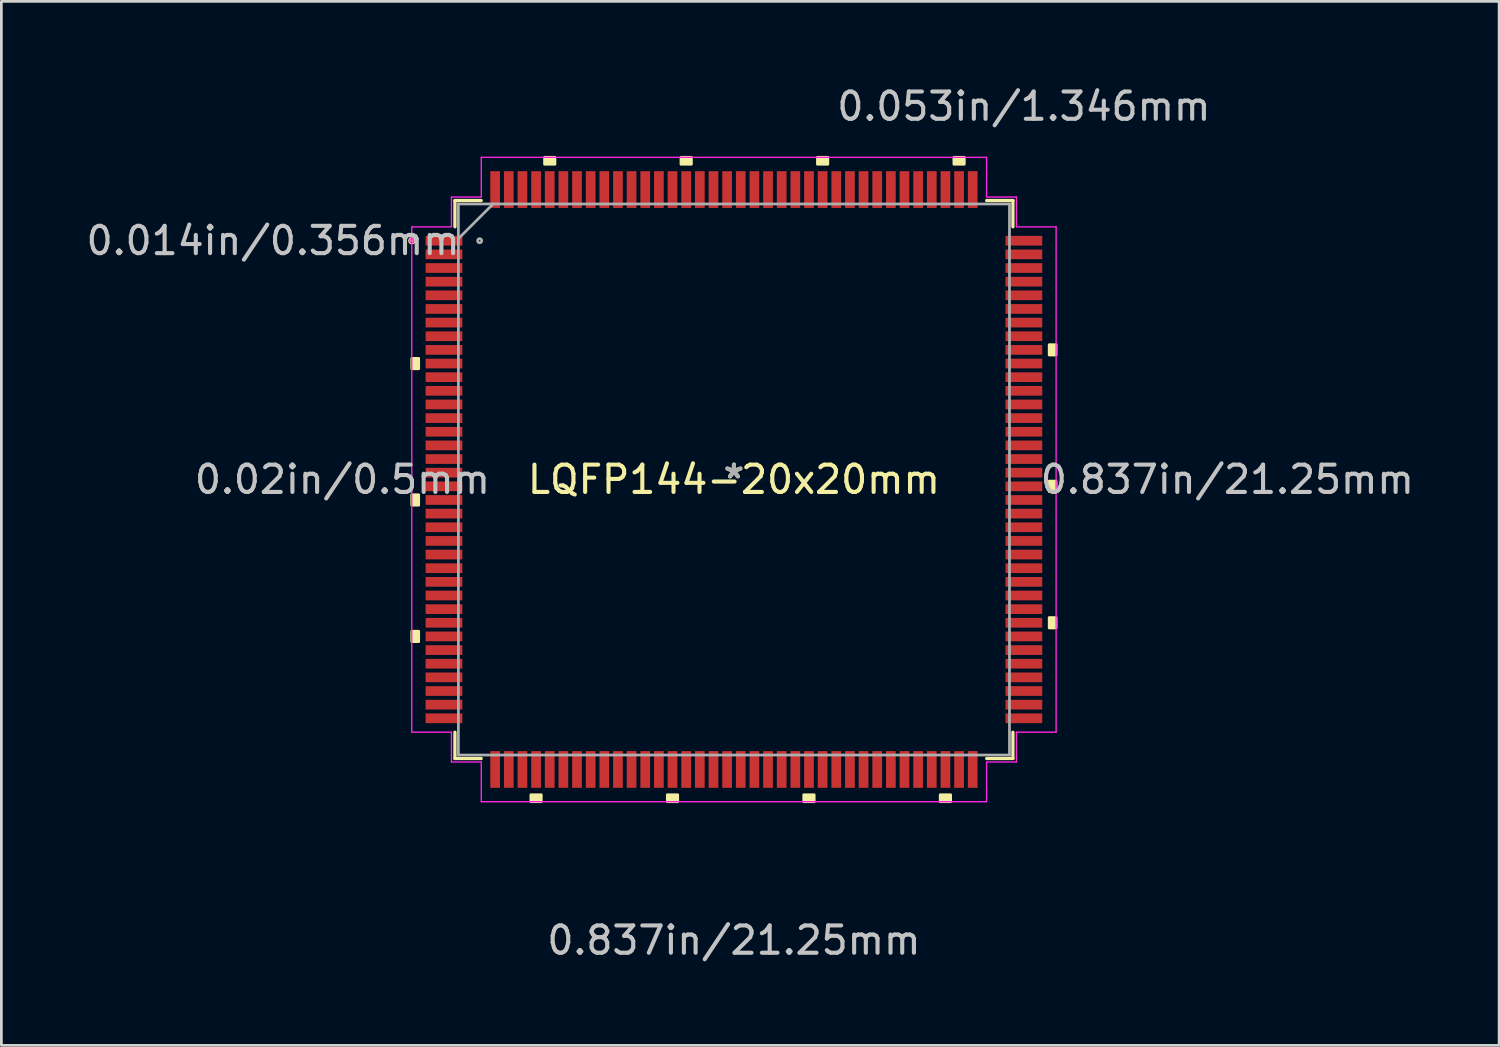
<source format=kicad_pcb>
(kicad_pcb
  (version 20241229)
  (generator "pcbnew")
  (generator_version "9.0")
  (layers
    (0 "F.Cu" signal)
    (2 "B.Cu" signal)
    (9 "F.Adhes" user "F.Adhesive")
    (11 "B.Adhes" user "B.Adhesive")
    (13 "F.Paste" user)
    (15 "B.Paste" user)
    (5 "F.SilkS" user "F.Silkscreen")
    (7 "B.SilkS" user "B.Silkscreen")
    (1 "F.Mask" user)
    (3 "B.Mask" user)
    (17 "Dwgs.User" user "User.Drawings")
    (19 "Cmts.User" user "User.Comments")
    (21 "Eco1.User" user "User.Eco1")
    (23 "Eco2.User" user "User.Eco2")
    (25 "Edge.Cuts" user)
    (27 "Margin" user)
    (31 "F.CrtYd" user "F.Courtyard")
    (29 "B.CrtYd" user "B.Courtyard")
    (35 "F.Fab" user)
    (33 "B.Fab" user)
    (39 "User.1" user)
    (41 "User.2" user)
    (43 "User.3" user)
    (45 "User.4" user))
  (footprint "LQFP144-20x20mm"
    (layer "F.Cu")
    (at 23.844 14.521)
    (property "Reference" "LQFP144-20x20mm" (at 0 0 0) (layer "F.SilkS") (effects (font (size 1 1) (thickness 0.15))))
    (attr through_hole)
    (fp_line (start -10.223 -10.223) (end -10.223 -9.261) (stroke (width 0.12) (type solid)) (layer "F.SilkS"))
    (fp_line (start -10.223 9.261) (end -10.223 10.223) (stroke (width 0.12) (type solid)) (layer "F.SilkS"))
    (fp_line (start -10.223 10.223) (end -9.261 10.223) (stroke (width 0.12) (type solid)) (layer "F.SilkS"))
    (fp_line (start -9.261 -10.223) (end -10.223 -10.223) (stroke (width 0.12) (type solid)) (layer "F.SilkS"))
    (fp_line (start 9.261 10.223) (end 10.223 10.223) (stroke (width 0.12) (type solid)) (layer "F.SilkS"))
    (fp_line (start 10.223 -10.223) (end 9.261 -10.223) (stroke (width 0.12) (type solid)) (layer "F.SilkS"))
    (fp_line (start 10.223 -9.261) (end 10.223 -10.223) (stroke (width 0.12) (type solid)) (layer "F.SilkS"))
    (fp_line (start 10.223 10.223) (end 10.223 9.261) (stroke (width 0.12) (type solid)) (layer "F.SilkS"))
    (fp_circle (center -11.802 -8.75) (end -11.726 -8.75) (stroke (width 0.12) (type solid)) (fill no) (layer "F.SilkS"))
    (fp_poly (pts (xy -11.806 -4.44) (xy -11.806 -4.059) (xy -11.552 -4.059) (xy -11.552 -4.44)) (stroke (width 0.1) (type solid)) (fill yes) (layer "F.SilkS"))
    (fp_poly (pts (xy -11.806 0.56) (xy -11.806 0.941) (xy -11.552 0.941) (xy -11.552 0.56)) (stroke (width 0.1) (type solid)) (fill yes) (layer "F.SilkS"))
    (fp_poly (pts (xy -11.806 5.56) (xy -11.806 5.941) (xy -11.552 5.941) (xy -11.552 5.56)) (stroke (width 0.1) (type solid)) (fill yes) (layer "F.SilkS"))
    (fp_poly (pts (xy -7.441 11.552) (xy -7.441 11.806) (xy -7.06 11.806) (xy -7.06 11.552)) (stroke (width 0.1) (type solid)) (fill yes) (layer "F.SilkS"))
    (fp_poly (pts (xy -6.94 -11.552) (xy -6.94 -11.806) (xy -6.559 -11.806) (xy -6.559 -11.552)) (stroke (width 0.1) (type solid)) (fill yes) (layer "F.SilkS"))
    (fp_poly (pts (xy -2.441 11.552) (xy -2.441 11.806) (xy -2.06 11.806) (xy -2.06 11.552)) (stroke (width 0.1) (type solid)) (fill yes) (layer "F.SilkS"))
    (fp_poly (pts (xy -1.94 -11.552) (xy -1.94 -11.806) (xy -1.559 -11.806) (xy -1.559 -11.552)) (stroke (width 0.1) (type solid)) (fill yes) (layer "F.SilkS"))
    (fp_poly (pts (xy 2.559 11.552) (xy 2.559 11.806) (xy 2.941 11.806) (xy 2.941 11.552)) (stroke (width 0.1) (type solid)) (fill yes) (layer "F.SilkS"))
    (fp_poly (pts (xy 3.06 -11.552) (xy 3.06 -11.806) (xy 3.441 -11.806) (xy 3.441 -11.552)) (stroke (width 0.1) (type solid)) (fill yes) (layer "F.SilkS"))
    (fp_poly (pts (xy 7.559 11.552) (xy 7.559 11.806) (xy 7.941 11.806) (xy 7.941 11.552)) (stroke (width 0.1) (type solid)) (fill yes) (layer "F.SilkS"))
    (fp_poly (pts (xy 8.06 -11.552) (xy 8.06 -11.806) (xy 8.441 -11.806) (xy 8.441 -11.552)) (stroke (width 0.1) (type solid)) (fill yes) (layer "F.SilkS"))
    (fp_poly (pts (xy 11.806 -4.941) (xy 11.806 -4.56) (xy 11.552 -4.56) (xy 11.552 -4.941)) (stroke (width 0.1) (type solid)) (fill yes) (layer "F.SilkS"))
    (fp_poly (pts (xy 11.806 0.059) (xy 11.806 0.441) (xy 11.552 0.441) (xy 11.552 0.059)) (stroke (width 0.1) (type solid)) (fill yes) (layer "F.SilkS"))
    (fp_poly (pts (xy 11.806 5.059) (xy 11.806 5.441) (xy 11.552 5.441) (xy 11.552 5.059)) (stroke (width 0.1) (type solid)) (fill yes) (layer "F.SilkS"))
    (fp_line (start -11.806 -9.258) (end -10.351 -9.258) (stroke (width 0.05) (type solid)) (layer "F.CrtYd"))
    (fp_line (start -11.806 9.258) (end -11.806 -9.258) (stroke (width 0.05) (type solid)) (layer "F.CrtYd"))
    (fp_line (start -10.351 -10.351) (end -9.258 -10.351) (stroke (width 0.05) (type solid)) (layer "F.CrtYd"))
    (fp_line (start -10.351 -9.258) (end -10.351 -10.351) (stroke (width 0.05) (type solid)) (layer "F.CrtYd"))
    (fp_line (start -10.351 9.258) (end -11.806 9.258) (stroke (width 0.05) (type solid)) (layer "F.CrtYd"))
    (fp_line (start -10.351 10.351) (end -10.351 9.258) (stroke (width 0.05) (type solid)) (layer "F.CrtYd"))
    (fp_line (start -9.258 -11.806) (end 9.258 -11.806) (stroke (width 0.05) (type solid)) (layer "F.CrtYd"))
    (fp_line (start -9.258 -10.351) (end -9.258 -11.806) (stroke (width 0.05) (type solid)) (layer "F.CrtYd"))
    (fp_line (start -9.258 10.351) (end -10.351 10.351) (stroke (width 0.05) (type solid)) (layer "F.CrtYd"))
    (fp_line (start -9.258 11.806) (end -9.258 10.351) (stroke (width 0.05) (type solid)) (layer "F.CrtYd"))
    (fp_line (start 9.258 -11.806) (end 9.258 -10.351) (stroke (width 0.05) (type solid)) (layer "F.CrtYd"))
    (fp_line (start 9.258 -10.351) (end 10.351 -10.351) (stroke (width 0.05) (type solid)) (layer "F.CrtYd"))
    (fp_line (start 9.258 10.351) (end 9.258 11.806) (stroke (width 0.05) (type solid)) (layer "F.CrtYd"))
    (fp_line (start 9.258 11.806) (end -9.258 11.806) (stroke (width 0.05) (type solid)) (layer "F.CrtYd"))
    (fp_line (start 10.351 -10.351) (end 10.351 -9.258) (stroke (width 0.05) (type solid)) (layer "F.CrtYd"))
    (fp_line (start 10.351 -9.258) (end 11.806 -9.258) (stroke (width 0.05) (type solid)) (layer "F.CrtYd"))
    (fp_line (start 10.351 9.258) (end 10.351 10.351) (stroke (width 0.05) (type solid)) (layer "F.CrtYd"))
    (fp_line (start 10.351 10.351) (end 9.258 10.351) (stroke (width 0.05) (type solid)) (layer "F.CrtYd"))
    (fp_line (start 11.806 -9.258) (end 11.806 9.258) (stroke (width 0.05) (type solid)) (layer "F.CrtYd"))
    (fp_line (start 11.806 9.258) (end 10.351 9.258) (stroke (width 0.05) (type solid)) (layer "F.CrtYd"))
    (fp_circle (center -11.802 -8.75) (end -11.726 -8.75) (stroke (width 0.05) (type solid)) (fill no) (layer "F.CrtYd"))
    (fp_line (start -10.097 -10.097) (end -10.097 10.097) (stroke (width 0.1) (type solid)) (layer "F.Fab"))
    (fp_line (start -10.097 -8.826) (end -8.826 -10.097) (stroke (width 0.1) (type solid)) (layer "F.Fab"))
    (fp_line (start -10.097 10.097) (end 10.097 10.097) (stroke (width 0.1) (type solid)) (layer "F.Fab"))
    (fp_line (start 10.097 -10.097) (end -10.097 -10.097) (stroke (width 0.1) (type solid)) (layer "F.Fab"))
    (fp_line (start 10.097 10.097) (end 10.097 -10.097) (stroke (width 0.1) (type solid)) (layer "F.Fab"))
    (fp_circle (center -9.317 -8.75) (end -9.241 -8.75) (stroke (width 0.1) (type solid)) (fill no) (layer "F.Fab"))
    (fp_text user "*" (at 0 0 0) (layer "F.SilkS") (effects (font (size 1 1) (thickness 0.15))))
    (fp_text user "0.837in/21.25mm" (at 0 16.886 0) (layer "Dwgs.User") (effects (font (size 1 1) (thickness 0.15))))
    (fp_text user "0.053in/1.346mm" (at 10.625 -13.673 0) (layer "Dwgs.User") (effects (font (size 1 1) (thickness 0.15))))
    (fp_text user "0.837in/21.25mm" (at 18.08 0 0) (layer "Dwgs.User") (effects (font (size 1 1) (thickness 0.15))))
    (fp_text user "0.014in/0.356mm" (at -16.886 -8.75 0) (layer "Dwgs.User") (effects (font (size 1 1) (thickness 0.15))))
    (fp_text user "0.02in/0.5mm" (at -14.346 0 0) (layer "Dwgs.User") (effects (font (size 1 1) (thickness 0.15))))
    (fp_text user "Copyright 2021 Accelerated Designs. All rights reserved." (at 0 0 0) (layer "Cmts.User") (effects (font (size 0.127 0.127) (thickness 0.002))))
    (fp_text user "*" (at 0 0 0) (layer "F.Fab") (effects (font (size 1 1) (thickness 0.15))))
    (pad "1" smd rect (at -10.625 -8.75) (size 1.346 0.356) (layers "F.Cu" "F.Mask" "F.Paste"))
    (pad "2" smd rect (at -10.625 -8.25) (size 1.346 0.356) (layers "F.Cu" "F.Mask" "F.Paste"))
    (pad "3" smd rect (at -10.625 -7.75) (size 1.346 0.356) (layers "F.Cu" "F.Mask" "F.Paste"))
    (pad "4" smd rect (at -10.625 -7.25) (size 1.346 0.356) (layers "F.Cu" "F.Mask" "F.Paste"))
    (pad "5" smd rect (at -10.625 -6.75) (size 1.346 0.356) (layers "F.Cu" "F.Mask" "F.Paste"))
    (pad "6" smd rect (at -10.625 -6.25) (size 1.346 0.356) (layers "F.Cu" "F.Mask" "F.Paste"))
    (pad "7" smd rect (at -10.625 -5.75) (size 1.346 0.356) (layers "F.Cu" "F.Mask" "F.Paste"))
    (pad "8" smd rect (at -10.625 -5.25) (size 1.346 0.356) (layers "F.Cu" "F.Mask" "F.Paste"))
    (pad "9" smd rect (at -10.625 -4.75) (size 1.346 0.356) (layers "F.Cu" "F.Mask" "F.Paste"))
    (pad "10" smd rect (at -10.625 -4.25) (size 1.346 0.356) (layers "F.Cu" "F.Mask" "F.Paste"))
    (pad "11" smd rect (at -10.625 -3.75) (size 1.346 0.356) (layers "F.Cu" "F.Mask" "F.Paste"))
    (pad "12" smd rect (at -10.625 -3.25) (size 1.346 0.356) (layers "F.Cu" "F.Mask" "F.Paste"))
    (pad "13" smd rect (at -10.625 -2.75) (size 1.346 0.356) (layers "F.Cu" "F.Mask" "F.Paste"))
    (pad "14" smd rect (at -10.625 -2.25) (size 1.346 0.356) (layers "F.Cu" "F.Mask" "F.Paste"))
    (pad "15" smd rect (at -10.625 -1.75) (size 1.346 0.356) (layers "F.Cu" "F.Mask" "F.Paste"))
    (pad "16" smd rect (at -10.625 -1.25) (size 1.346 0.356) (layers "F.Cu" "F.Mask" "F.Paste"))
    (pad "17" smd rect (at -10.625 -0.75) (size 1.346 0.356) (layers "F.Cu" "F.Mask" "F.Paste"))
    (pad "18" smd rect (at -10.625 -0.25) (size 1.346 0.356) (layers "F.Cu" "F.Mask" "F.Paste"))
    (pad "19" smd rect (at -10.625 0.25) (size 1.346 0.356) (layers "F.Cu" "F.Mask" "F.Paste"))
    (pad "20" smd rect (at -10.625 0.75) (size 1.346 0.356) (layers "F.Cu" "F.Mask" "F.Paste"))
    (pad "21" smd rect (at -10.625 1.25) (size 1.346 0.356) (layers "F.Cu" "F.Mask" "F.Paste"))
    (pad "22" smd rect (at -10.625 1.75) (size 1.346 0.356) (layers "F.Cu" "F.Mask" "F.Paste"))
    (pad "23" smd rect (at -10.625 2.25) (size 1.346 0.356) (layers "F.Cu" "F.Mask" "F.Paste"))
    (pad "24" smd rect (at -10.625 2.75) (size 1.346 0.356) (layers "F.Cu" "F.Mask" "F.Paste"))
    (pad "25" smd rect (at -10.625 3.25) (size 1.346 0.356) (layers "F.Cu" "F.Mask" "F.Paste"))
    (pad "26" smd rect (at -10.625 3.75) (size 1.346 0.356) (layers "F.Cu" "F.Mask" "F.Paste"))
    (pad "27" smd rect (at -10.625 4.25) (size 1.346 0.356) (layers "F.Cu" "F.Mask" "F.Paste"))
    (pad "28" smd rect (at -10.625 4.75) (size 1.346 0.356) (layers "F.Cu" "F.Mask" "F.Paste"))
    (pad "29" smd rect (at -10.625 5.25) (size 1.346 0.356) (layers "F.Cu" "F.Mask" "F.Paste"))
    (pad "30" smd rect (at -10.625 5.75) (size 1.346 0.356) (layers "F.Cu" "F.Mask" "F.Paste"))
    (pad "31" smd rect (at -10.625 6.25) (size 1.346 0.356) (layers "F.Cu" "F.Mask" "F.Paste"))
    (pad "32" smd rect (at -10.625 6.75) (size 1.346 0.356) (layers "F.Cu" "F.Mask" "F.Paste"))
    (pad "33" smd rect (at -10.625 7.25) (size 1.346 0.356) (layers "F.Cu" "F.Mask" "F.Paste"))
    (pad "34" smd rect (at -10.625 7.75) (size 1.346 0.356) (layers "F.Cu" "F.Mask" "F.Paste"))
    (pad "35" smd rect (at -10.625 8.25) (size 1.346 0.356) (layers "F.Cu" "F.Mask" "F.Paste"))
    (pad "36" smd rect (at -10.625 8.75) (size 1.346 0.356) (layers "F.Cu" "F.Mask" "F.Paste"))
    (pad "37" smd rect (at -8.75 10.625 90) (size 1.346 0.356) (layers "F.Cu" "F.Mask" "F.Paste"))
    (pad "38" smd rect (at -8.25 10.625 90) (size 1.346 0.356) (layers "F.Cu" "F.Mask" "F.Paste"))
    (pad "39" smd rect (at -7.75 10.625 90) (size 1.346 0.356) (layers "F.Cu" "F.Mask" "F.Paste"))
    (pad "40" smd rect (at -7.25 10.625 90) (size 1.346 0.356) (layers "F.Cu" "F.Mask" "F.Paste"))
    (pad "41" smd rect (at -6.75 10.625 90) (size 1.346 0.356) (layers "F.Cu" "F.Mask" "F.Paste"))
    (pad "42" smd rect (at -6.25 10.625 90) (size 1.346 0.356) (layers "F.Cu" "F.Mask" "F.Paste"))
    (pad "43" smd rect (at -5.75 10.625 90) (size 1.346 0.356) (layers "F.Cu" "F.Mask" "F.Paste"))
    (pad "44" smd rect (at -5.25 10.625 90) (size 1.346 0.356) (layers "F.Cu" "F.Mask" "F.Paste"))
    (pad "45" smd rect (at -4.75 10.625 90) (size 1.346 0.356) (layers "F.Cu" "F.Mask" "F.Paste"))
    (pad "46" smd rect (at -4.25 10.625 90) (size 1.346 0.356) (layers "F.Cu" "F.Mask" "F.Paste"))
    (pad "47" smd rect (at -3.75 10.625 90) (size 1.346 0.356) (layers "F.Cu" "F.Mask" "F.Paste"))
    (pad "48" smd rect (at -3.25 10.625 90) (size 1.346 0.356) (layers "F.Cu" "F.Mask" "F.Paste"))
    (pad "49" smd rect (at -2.75 10.625 90) (size 1.346 0.356) (layers "F.Cu" "F.Mask" "F.Paste"))
    (pad "50" smd rect (at -2.25 10.625 90) (size 1.346 0.356) (layers "F.Cu" "F.Mask" "F.Paste"))
    (pad "51" smd rect (at -1.75 10.625 90) (size 1.346 0.356) (layers "F.Cu" "F.Mask" "F.Paste"))
    (pad "52" smd rect (at -1.25 10.625 90) (size 1.346 0.356) (layers "F.Cu" "F.Mask" "F.Paste"))
    (pad "53" smd rect (at -0.75 10.625 90) (size 1.346 0.356) (layers "F.Cu" "F.Mask" "F.Paste"))
    (pad "54" smd rect (at -0.25 10.625 90) (size 1.346 0.356) (layers "F.Cu" "F.Mask" "F.Paste"))
    (pad "55" smd rect (at 0.25 10.625 90) (size 1.346 0.356) (layers "F.Cu" "F.Mask" "F.Paste"))
    (pad "56" smd rect (at 0.75 10.625 90) (size 1.346 0.356) (layers "F.Cu" "F.Mask" "F.Paste"))
    (pad "57" smd rect (at 1.25 10.625 90) (size 1.346 0.356) (layers "F.Cu" "F.Mask" "F.Paste"))
    (pad "58" smd rect (at 1.75 10.625 90) (size 1.346 0.356) (layers "F.Cu" "F.Mask" "F.Paste"))
    (pad "59" smd rect (at 2.25 10.625 90) (size 1.346 0.356) (layers "F.Cu" "F.Mask" "F.Paste"))
    (pad "60" smd rect (at 2.75 10.625 90) (size 1.346 0.356) (layers "F.Cu" "F.Mask" "F.Paste"))
    (pad "61" smd rect (at 3.25 10.625 90) (size 1.346 0.356) (layers "F.Cu" "F.Mask" "F.Paste"))
    (pad "62" smd rect (at 3.75 10.625 90) (size 1.346 0.356) (layers "F.Cu" "F.Mask" "F.Paste"))
    (pad "63" smd rect (at 4.25 10.625 90) (size 1.346 0.356) (layers "F.Cu" "F.Mask" "F.Paste"))
    (pad "64" smd rect (at 4.75 10.625 90) (size 1.346 0.356) (layers "F.Cu" "F.Mask" "F.Paste"))
    (pad "65" smd rect (at 5.25 10.625 90) (size 1.346 0.356) (layers "F.Cu" "F.Mask" "F.Paste"))
    (pad "66" smd rect (at 5.75 10.625 90) (size 1.346 0.356) (layers "F.Cu" "F.Mask" "F.Paste"))
    (pad "67" smd rect (at 6.25 10.625 90) (size 1.346 0.356) (layers "F.Cu" "F.Mask" "F.Paste"))
    (pad "68" smd rect (at 6.75 10.625 90) (size 1.346 0.356) (layers "F.Cu" "F.Mask" "F.Paste"))
    (pad "69" smd rect (at 7.25 10.625 90) (size 1.346 0.356) (layers "F.Cu" "F.Mask" "F.Paste"))
    (pad "70" smd rect (at 7.75 10.625 90) (size 1.346 0.356) (layers "F.Cu" "F.Mask" "F.Paste"))
    (pad "71" smd rect (at 8.25 10.625 90) (size 1.346 0.356) (layers "F.Cu" "F.Mask" "F.Paste"))
    (pad "72" smd rect (at 8.75 10.625 90) (size 1.346 0.356) (layers "F.Cu" "F.Mask" "F.Paste"))
    (pad "73" smd rect (at 10.625 8.75) (size 1.346 0.356) (layers "F.Cu" "F.Mask" "F.Paste"))
    (pad "74" smd rect (at 10.625 8.25) (size 1.346 0.356) (layers "F.Cu" "F.Mask" "F.Paste"))
    (pad "75" smd rect (at 10.625 7.75) (size 1.346 0.356) (layers "F.Cu" "F.Mask" "F.Paste"))
    (pad "76" smd rect (at 10.625 7.25) (size 1.346 0.356) (layers "F.Cu" "F.Mask" "F.Paste"))
    (pad "77" smd rect (at 10.625 6.75) (size 1.346 0.356) (layers "F.Cu" "F.Mask" "F.Paste"))
    (pad "78" smd rect (at 10.625 6.25) (size 1.346 0.356) (layers "F.Cu" "F.Mask" "F.Paste"))
    (pad "79" smd rect (at 10.625 5.75) (size 1.346 0.356) (layers "F.Cu" "F.Mask" "F.Paste"))
    (pad "80" smd rect (at 10.625 5.25) (size 1.346 0.356) (layers "F.Cu" "F.Mask" "F.Paste"))
    (pad "81" smd rect (at 10.625 4.75) (size 1.346 0.356) (layers "F.Cu" "F.Mask" "F.Paste"))
    (pad "82" smd rect (at 10.625 4.25) (size 1.346 0.356) (layers "F.Cu" "F.Mask" "F.Paste"))
    (pad "83" smd rect (at 10.625 3.75) (size 1.346 0.356) (layers "F.Cu" "F.Mask" "F.Paste"))
    (pad "84" smd rect (at 10.625 3.25) (size 1.346 0.356) (layers "F.Cu" "F.Mask" "F.Paste"))
    (pad "85" smd rect (at 10.625 2.75) (size 1.346 0.356) (layers "F.Cu" "F.Mask" "F.Paste"))
    (pad "86" smd rect (at 10.625 2.25) (size 1.346 0.356) (layers "F.Cu" "F.Mask" "F.Paste"))
    (pad "87" smd rect (at 10.625 1.75) (size 1.346 0.356) (layers "F.Cu" "F.Mask" "F.Paste"))
    (pad "88" smd rect (at 10.625 1.25) (size 1.346 0.356) (layers "F.Cu" "F.Mask" "F.Paste"))
    (pad "89" smd rect (at 10.625 0.75) (size 1.346 0.356) (layers "F.Cu" "F.Mask" "F.Paste"))
    (pad "90" smd rect (at 10.625 0.25) (size 1.346 0.356) (layers "F.Cu" "F.Mask" "F.Paste"))
    (pad "91" smd rect (at 10.625 -0.25) (size 1.346 0.356) (layers "F.Cu" "F.Mask" "F.Paste"))
    (pad "92" smd rect (at 10.625 -0.75) (size 1.346 0.356) (layers "F.Cu" "F.Mask" "F.Paste"))
    (pad "93" smd rect (at 10.625 -1.25) (size 1.346 0.356) (layers "F.Cu" "F.Mask" "F.Paste"))
    (pad "94" smd rect (at 10.625 -1.75) (size 1.346 0.356) (layers "F.Cu" "F.Mask" "F.Paste"))
    (pad "95" smd rect (at 10.625 -2.25) (size 1.346 0.356) (layers "F.Cu" "F.Mask" "F.Paste"))
    (pad "96" smd rect (at 10.625 -2.75) (size 1.346 0.356) (layers "F.Cu" "F.Mask" "F.Paste"))
    (pad "97" smd rect (at 10.625 -3.25) (size 1.346 0.356) (layers "F.Cu" "F.Mask" "F.Paste"))
    (pad "98" smd rect (at 10.625 -3.75) (size 1.346 0.356) (layers "F.Cu" "F.Mask" "F.Paste"))
    (pad "99" smd rect (at 10.625 -4.25) (size 1.346 0.356) (layers "F.Cu" "F.Mask" "F.Paste"))
    (pad "100" smd rect (at 10.625 -4.75) (size 1.346 0.356) (layers "F.Cu" "F.Mask" "F.Paste"))
    (pad "101" smd rect (at 10.625 -5.25) (size 1.346 0.356) (layers "F.Cu" "F.Mask" "F.Paste"))
    (pad "102" smd rect (at 10.625 -5.75) (size 1.346 0.356) (layers "F.Cu" "F.Mask" "F.Paste"))
    (pad "103" smd rect (at 10.625 -6.25) (size 1.346 0.356) (layers "F.Cu" "F.Mask" "F.Paste"))
    (pad "104" smd rect (at 10.625 -6.75) (size 1.346 0.356) (layers "F.Cu" "F.Mask" "F.Paste"))
    (pad "105" smd rect (at 10.625 -7.25) (size 1.346 0.356) (layers "F.Cu" "F.Mask" "F.Paste"))
    (pad "106" smd rect (at 10.625 -7.75) (size 1.346 0.356) (layers "F.Cu" "F.Mask" "F.Paste"))
    (pad "107" smd rect (at 10.625 -8.25) (size 1.346 0.356) (layers "F.Cu" "F.Mask" "F.Paste"))
    (pad "108" smd rect (at 10.625 -8.75) (size 1.346 0.356) (layers "F.Cu" "F.Mask" "F.Paste"))
    (pad "109" smd rect (at 8.75 -10.625 90) (size 1.346 0.356) (layers "F.Cu" "F.Mask" "F.Paste"))
    (pad "110" smd rect (at 8.25 -10.625 90) (size 1.346 0.356) (layers "F.Cu" "F.Mask" "F.Paste"))
    (pad "111" smd rect (at 7.75 -10.625 90) (size 1.346 0.356) (layers "F.Cu" "F.Mask" "F.Paste"))
    (pad "112" smd rect (at 7.25 -10.625 90) (size 1.346 0.356) (layers "F.Cu" "F.Mask" "F.Paste"))
    (pad "113" smd rect (at 6.75 -10.625 90) (size 1.346 0.356) (layers "F.Cu" "F.Mask" "F.Paste"))
    (pad "114" smd rect (at 6.25 -10.625 90) (size 1.346 0.356) (layers "F.Cu" "F.Mask" "F.Paste"))
    (pad "115" smd rect (at 5.75 -10.625 90) (size 1.346 0.356) (layers "F.Cu" "F.Mask" "F.Paste"))
    (pad "116" smd rect (at 5.25 -10.625 90) (size 1.346 0.356) (layers "F.Cu" "F.Mask" "F.Paste"))
    (pad "117" smd rect (at 4.75 -10.625 90) (size 1.346 0.356) (layers "F.Cu" "F.Mask" "F.Paste"))
    (pad "118" smd rect (at 4.25 -10.625 90) (size 1.346 0.356) (layers "F.Cu" "F.Mask" "F.Paste"))
    (pad "119" smd rect (at 3.75 -10.625 90) (size 1.346 0.356) (layers "F.Cu" "F.Mask" "F.Paste"))
    (pad "120" smd rect (at 3.25 -10.625 90) (size 1.346 0.356) (layers "F.Cu" "F.Mask" "F.Paste"))
    (pad "121" smd rect (at 2.75 -10.625 90) (size 1.346 0.356) (layers "F.Cu" "F.Mask" "F.Paste"))
    (pad "122" smd rect (at 2.25 -10.625 90) (size 1.346 0.356) (layers "F.Cu" "F.Mask" "F.Paste"))
    (pad "123" smd rect (at 1.75 -10.625 90) (size 1.346 0.356) (layers "F.Cu" "F.Mask" "F.Paste"))
    (pad "124" smd rect (at 1.25 -10.625 90) (size 1.346 0.356) (layers "F.Cu" "F.Mask" "F.Paste"))
    (pad "125" smd rect (at 0.75 -10.625 90) (size 1.346 0.356) (layers "F.Cu" "F.Mask" "F.Paste"))
    (pad "126" smd rect (at 0.25 -10.625 90) (size 1.346 0.356) (layers "F.Cu" "F.Mask" "F.Paste"))
    (pad "127" smd rect (at -0.25 -10.625 90) (size 1.346 0.356) (layers "F.Cu" "F.Mask" "F.Paste"))
    (pad "128" smd rect (at -0.75 -10.625 90) (size 1.346 0.356) (layers "F.Cu" "F.Mask" "F.Paste"))
    (pad "129" smd rect (at -1.25 -10.625 90) (size 1.346 0.356) (layers "F.Cu" "F.Mask" "F.Paste"))
    (pad "130" smd rect (at -1.75 -10.625 90) (size 1.346 0.356) (layers "F.Cu" "F.Mask" "F.Paste"))
    (pad "131" smd rect (at -2.25 -10.625 90) (size 1.346 0.356) (layers "F.Cu" "F.Mask" "F.Paste"))
    (pad "132" smd rect (at -2.75 -10.625 90) (size 1.346 0.356) (layers "F.Cu" "F.Mask" "F.Paste"))
    (pad "133" smd rect (at -3.25 -10.625 90) (size 1.346 0.356) (layers "F.Cu" "F.Mask" "F.Paste"))
    (pad "134" smd rect (at -3.75 -10.625 90) (size 1.346 0.356) (layers "F.Cu" "F.Mask" "F.Paste"))
    (pad "135" smd rect (at -4.25 -10.625 90) (size 1.346 0.356) (layers "F.Cu" "F.Mask" "F.Paste"))
    (pad "136" smd rect (at -4.75 -10.625 90) (size 1.346 0.356) (layers "F.Cu" "F.Mask" "F.Paste"))
    (pad "137" smd rect (at -5.25 -10.625 90) (size 1.346 0.356) (layers "F.Cu" "F.Mask" "F.Paste"))
    (pad "138" smd rect (at -5.75 -10.625 90) (size 1.346 0.356) (layers "F.Cu" "F.Mask" "F.Paste"))
    (pad "139" smd rect (at -6.25 -10.625 90) (size 1.346 0.356) (layers "F.Cu" "F.Mask" "F.Paste"))
    (pad "140" smd rect (at -6.75 -10.625 90) (size 1.346 0.356) (layers "F.Cu" "F.Mask" "F.Paste"))
    (pad "141" smd rect (at -7.25 -10.625 90) (size 1.346 0.356) (layers "F.Cu" "F.Mask" "F.Paste"))
    (pad "142" smd rect (at -7.75 -10.625 90) (size 1.346 0.356) (layers "F.Cu" "F.Mask" "F.Paste"))
    (pad "143" smd rect (at -8.25 -10.625 90) (size 1.346 0.356) (layers "F.Cu" "F.Mask" "F.Paste"))
    (pad "144" smd rect (at -8.75 -10.625 90) (size 1.346 0.356) (layers "F.Cu" "F.Mask" "F.Paste")))
  (gr_rect
    (start -3 -3)
    (end 51.883 35.256)
    (stroke (width 0.1) (type default))
    (fill no)
    (layer "Edge.Cuts")))
</source>
